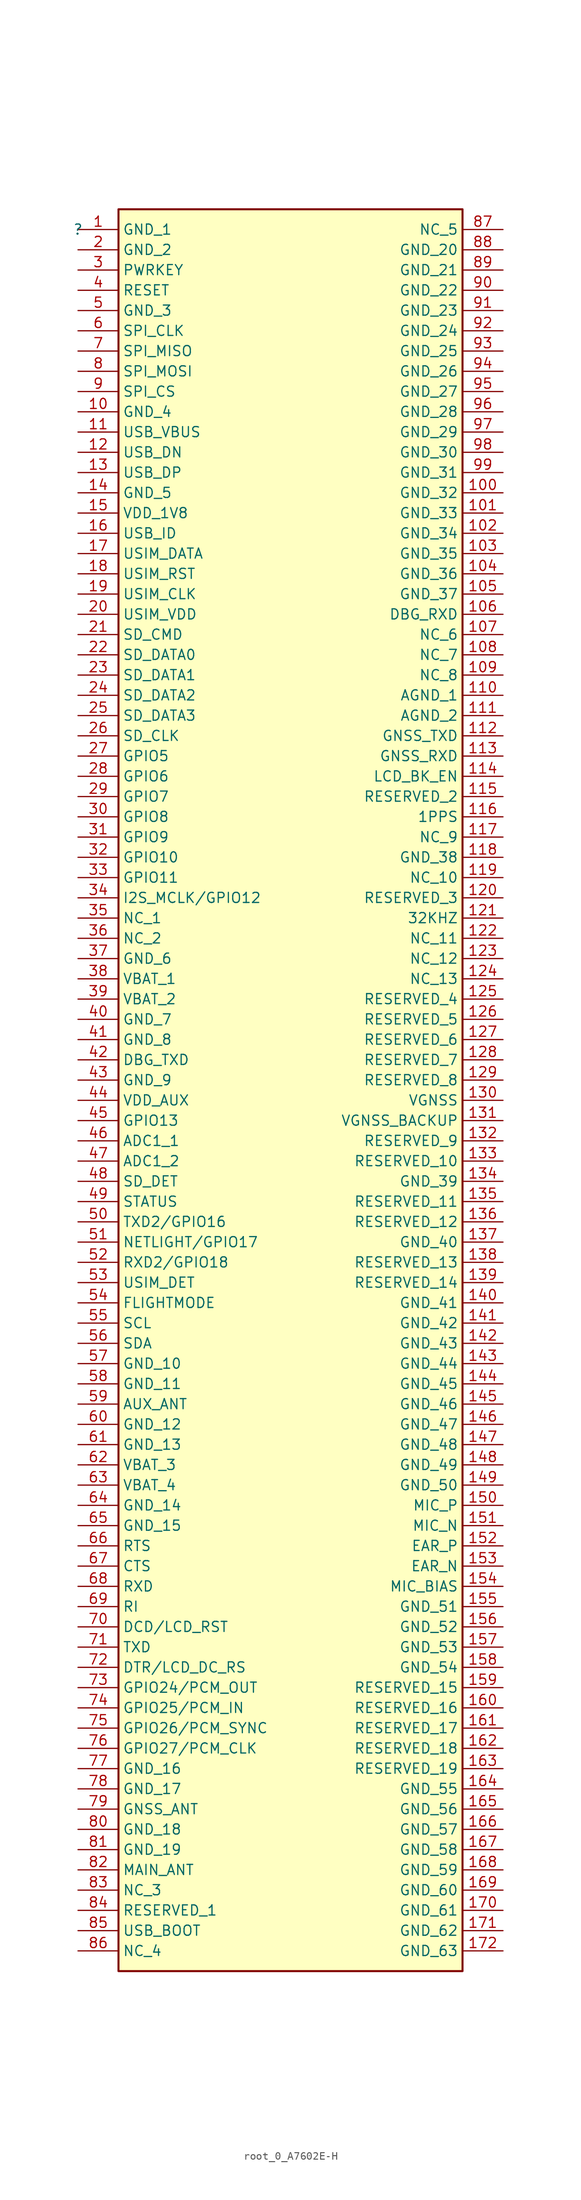
<source format=kicad_sym>
(kicad_symbol_lib
  (version 20230620)
  (generator kicad_symbol_editor)
  (symbol "root_0_A7602E-H"
    (property "Reference" ""
      (at 0 0 0)
      (effects (font (size 1.27 1.27))))
    (property "Value" ""
      (at 0 0 0)
      (effects (font (size 1.27 1.27))))
    (symbol "root_0_A7602E-H_1_0"
      (rectangle (start 48.26 2.54) (end 5.08 -218.44) (stroke (width 0.254) (type solid) (color 128 0 0 1)) (fill (type background)))
      (pin passive line (at 0 0 0) (length 5.08) (name "GND_1" (effects (font (size 1.27 1.27)))) (number "1" (effects (font (size 1.27 1.27)))))
      (pin passive line (at 0 -22.86 0) (length 5.08) (name "GND_4" (effects (font (size 1.27 1.27)))) (number "10" (effects (font (size 1.27 1.27)))))
      (pin passive line (at 53.34 -33.02 180) (length 5.08) (name "GND_32" (effects (font (size 1.27 1.27)))) (number "100" (effects (font (size 1.27 1.27)))))
      (pin passive line (at 53.34 -35.56 180) (length 5.08) (name "GND_33" (effects (font (size 1.27 1.27)))) (number "101" (effects (font (size 1.27 1.27)))))
      (pin passive line (at 53.34 -38.1 180) (length 5.08) (name "GND_34" (effects (font (size 1.27 1.27)))) (number "102" (effects (font (size 1.27 1.27)))))
      (pin passive line (at 53.34 -40.64 180) (length 5.08) (name "GND_35" (effects (font (size 1.27 1.27)))) (number "103" (effects (font (size 1.27 1.27)))))
      (pin passive line (at 53.34 -43.18 180) (length 5.08) (name "GND_36" (effects (font (size 1.27 1.27)))) (number "104" (effects (font (size 1.27 1.27)))))
      (pin passive line (at 53.34 -45.72 180) (length 5.08) (name "GND_37" (effects (font (size 1.27 1.27)))) (number "105" (effects (font (size 1.27 1.27)))))
      (pin passive line (at 53.34 -48.26 180) (length 5.08) (name "DBG_RXD" (effects (font (size 1.27 1.27)))) (number "106" (effects (font (size 1.27 1.27)))))
      (pin passive line (at 53.34 -50.8 180) (length 5.08) (name "NC_6" (effects (font (size 1.27 1.27)))) (number "107" (effects (font (size 1.27 1.27)))))
      (pin passive line (at 53.34 -53.34 180) (length 5.08) (name "NC_7" (effects (font (size 1.27 1.27)))) (number "108" (effects (font (size 1.27 1.27)))))
      (pin passive line (at 53.34 -55.88 180) (length 5.08) (name "NC_8" (effects (font (size 1.27 1.27)))) (number "109" (effects (font (size 1.27 1.27)))))
      (pin passive line (at 0 -25.4 0) (length 5.08) (name "USB_VBUS" (effects (font (size 1.27 1.27)))) (number "11" (effects (font (size 1.27 1.27)))))
      (pin passive line (at 53.34 -58.42 180) (length 5.08) (name "AGND_1" (effects (font (size 1.27 1.27)))) (number "110" (effects (font (size 1.27 1.27)))))
      (pin passive line (at 53.34 -60.96 180) (length 5.08) (name "AGND_2" (effects (font (size 1.27 1.27)))) (number "111" (effects (font (size 1.27 1.27)))))
      (pin passive line (at 53.34 -63.5 180) (length 5.08) (name "GNSS_TXD" (effects (font (size 1.27 1.27)))) (number "112" (effects (font (size 1.27 1.27)))))
      (pin passive line (at 53.34 -66.04 180) (length 5.08) (name "GNSS_RXD" (effects (font (size 1.27 1.27)))) (number "113" (effects (font (size 1.27 1.27)))))
      (pin passive line (at 53.34 -68.58 180) (length 5.08) (name "LCD_BK_EN" (effects (font (size 1.27 1.27)))) (number "114" (effects (font (size 1.27 1.27)))))
      (pin passive line (at 53.34 -71.12 180) (length 5.08) (name "RESERVED_2" (effects (font (size 1.27 1.27)))) (number "115" (effects (font (size 1.27 1.27)))))
      (pin passive line (at 53.34 -73.66 180) (length 5.08) (name "1PPS" (effects (font (size 1.27 1.27)))) (number "116" (effects (font (size 1.27 1.27)))))
      (pin passive line (at 53.34 -76.2 180) (length 5.08) (name "NC_9" (effects (font (size 1.27 1.27)))) (number "117" (effects (font (size 1.27 1.27)))))
      (pin passive line (at 53.34 -78.74 180) (length 5.08) (name "GND_38" (effects (font (size 1.27 1.27)))) (number "118" (effects (font (size 1.27 1.27)))))
      (pin passive line (at 53.34 -81.28 180) (length 5.08) (name "NC_10" (effects (font (size 1.27 1.27)))) (number "119" (effects (font (size 1.27 1.27)))))
      (pin passive line (at 0 -27.94 0) (length 5.08) (name "USB_DN" (effects (font (size 1.27 1.27)))) (number "12" (effects (font (size 1.27 1.27)))))
      (pin passive line (at 53.34 -83.82 180) (length 5.08) (name "RESERVED_3" (effects (font (size 1.27 1.27)))) (number "120" (effects (font (size 1.27 1.27)))))
      (pin passive line (at 53.34 -86.36 180) (length 5.08) (name "32KHZ" (effects (font (size 1.27 1.27)))) (number "121" (effects (font (size 1.27 1.27)))))
      (pin passive line (at 53.34 -88.9 180) (length 5.08) (name "NC_11" (effects (font (size 1.27 1.27)))) (number "122" (effects (font (size 1.27 1.27)))))
      (pin passive line (at 53.34 -91.44 180) (length 5.08) (name "NC_12" (effects (font (size 1.27 1.27)))) (number "123" (effects (font (size 1.27 1.27)))))
      (pin passive line (at 53.34 -93.98 180) (length 5.08) (name "NC_13" (effects (font (size 1.27 1.27)))) (number "124" (effects (font (size 1.27 1.27)))))
      (pin passive line (at 53.34 -96.52 180) (length 5.08) (name "RESERVED_4" (effects (font (size 1.27 1.27)))) (number "125" (effects (font (size 1.27 1.27)))))
      (pin passive line (at 53.34 -99.06 180) (length 5.08) (name "RESERVED_5" (effects (font (size 1.27 1.27)))) (number "126" (effects (font (size 1.27 1.27)))))
      (pin passive line (at 53.34 -101.6 180) (length 5.08) (name "RESERVED_6" (effects (font (size 1.27 1.27)))) (number "127" (effects (font (size 1.27 1.27)))))
      (pin passive line (at 53.34 -104.14 180) (length 5.08) (name "RESERVED_7" (effects (font (size 1.27 1.27)))) (number "128" (effects (font (size 1.27 1.27)))))
      (pin passive line (at 53.34 -106.68 180) (length 5.08) (name "RESERVED_8" (effects (font (size 1.27 1.27)))) (number "129" (effects (font (size 1.27 1.27)))))
      (pin passive line (at 0 -30.48 0) (length 5.08) (name "USB_DP" (effects (font (size 1.27 1.27)))) (number "13" (effects (font (size 1.27 1.27)))))
      (pin passive line (at 53.34 -109.22 180) (length 5.08) (name "VGNSS" (effects (font (size 1.27 1.27)))) (number "130" (effects (font (size 1.27 1.27)))))
      (pin passive line (at 53.34 -111.76 180) (length 5.08) (name "VGNSS_BACKUP" (effects (font (size 1.27 1.27)))) (number "131" (effects (font (size 1.27 1.27)))))
      (pin passive line (at 53.34 -114.3 180) (length 5.08) (name "RESERVED_9" (effects (font (size 1.27 1.27)))) (number "132" (effects (font (size 1.27 1.27)))))
      (pin passive line (at 53.34 -116.84 180) (length 5.08) (name "RESERVED_10" (effects (font (size 1.27 1.27)))) (number "133" (effects (font (size 1.27 1.27)))))
      (pin passive line (at 53.34 -119.38 180) (length 5.08) (name "GND_39" (effects (font (size 1.27 1.27)))) (number "134" (effects (font (size 1.27 1.27)))))
      (pin passive line (at 53.34 -121.92 180) (length 5.08) (name "RESERVED_11" (effects (font (size 1.27 1.27)))) (number "135" (effects (font (size 1.27 1.27)))))
      (pin passive line (at 53.34 -124.46 180) (length 5.08) (name "RESERVED_12" (effects (font (size 1.27 1.27)))) (number "136" (effects (font (size 1.27 1.27)))))
      (pin passive line (at 53.34 -127 180) (length 5.08) (name "GND_40" (effects (font (size 1.27 1.27)))) (number "137" (effects (font (size 1.27 1.27)))))
      (pin passive line (at 53.34 -129.54 180) (length 5.08) (name "RESERVED_13" (effects (font (size 1.27 1.27)))) (number "138" (effects (font (size 1.27 1.27)))))
      (pin passive line (at 53.34 -132.08 180) (length 5.08) (name "RESERVED_14" (effects (font (size 1.27 1.27)))) (number "139" (effects (font (size 1.27 1.27)))))
      (pin passive line (at 0 -33.02 0) (length 5.08) (name "GND_5" (effects (font (size 1.27 1.27)))) (number "14" (effects (font (size 1.27 1.27)))))
      (pin passive line (at 53.34 -134.62 180) (length 5.08) (name "GND_41" (effects (font (size 1.27 1.27)))) (number "140" (effects (font (size 1.27 1.27)))))
      (pin passive line (at 53.34 -137.16 180) (length 5.08) (name "GND_42" (effects (font (size 1.27 1.27)))) (number "141" (effects (font (size 1.27 1.27)))))
      (pin passive line (at 53.34 -139.7 180) (length 5.08) (name "GND_43" (effects (font (size 1.27 1.27)))) (number "142" (effects (font (size 1.27 1.27)))))
      (pin passive line (at 53.34 -142.24 180) (length 5.08) (name "GND_44" (effects (font (size 1.27 1.27)))) (number "143" (effects (font (size 1.27 1.27)))))
      (pin passive line (at 53.34 -144.78 180) (length 5.08) (name "GND_45" (effects (font (size 1.27 1.27)))) (number "144" (effects (font (size 1.27 1.27)))))
      (pin passive line (at 53.34 -147.32 180) (length 5.08) (name "GND_46" (effects (font (size 1.27 1.27)))) (number "145" (effects (font (size 1.27 1.27)))))
      (pin passive line (at 53.34 -149.86 180) (length 5.08) (name "GND_47" (effects (font (size 1.27 1.27)))) (number "146" (effects (font (size 1.27 1.27)))))
      (pin passive line (at 53.34 -152.4 180) (length 5.08) (name "GND_48" (effects (font (size 1.27 1.27)))) (number "147" (effects (font (size 1.27 1.27)))))
      (pin passive line (at 53.34 -154.94 180) (length 5.08) (name "GND_49" (effects (font (size 1.27 1.27)))) (number "148" (effects (font (size 1.27 1.27)))))
      (pin passive line (at 53.34 -157.48 180) (length 5.08) (name "GND_50" (effects (font (size 1.27 1.27)))) (number "149" (effects (font (size 1.27 1.27)))))
      (pin passive line (at 0 -35.56 0) (length 5.08) (name "VDD_1V8" (effects (font (size 1.27 1.27)))) (number "15" (effects (font (size 1.27 1.27)))))
      (pin passive line (at 53.34 -160.02 180) (length 5.08) (name "MIC_P" (effects (font (size 1.27 1.27)))) (number "150" (effects (font (size 1.27 1.27)))))
      (pin passive line (at 53.34 -162.56 180) (length 5.08) (name "MIC_N" (effects (font (size 1.27 1.27)))) (number "151" (effects (font (size 1.27 1.27)))))
      (pin passive line (at 53.34 -165.1 180) (length 5.08) (name "EAR_P" (effects (font (size 1.27 1.27)))) (number "152" (effects (font (size 1.27 1.27)))))
      (pin passive line (at 53.34 -167.64 180) (length 5.08) (name "EAR_N" (effects (font (size 1.27 1.27)))) (number "153" (effects (font (size 1.27 1.27)))))
      (pin passive line (at 53.34 -170.18 180) (length 5.08) (name "MIC_BIAS" (effects (font (size 1.27 1.27)))) (number "154" (effects (font (size 1.27 1.27)))))
      (pin passive line (at 53.34 -172.72 180) (length 5.08) (name "GND_51" (effects (font (size 1.27 1.27)))) (number "155" (effects (font (size 1.27 1.27)))))
      (pin passive line (at 53.34 -175.26 180) (length 5.08) (name "GND_52" (effects (font (size 1.27 1.27)))) (number "156" (effects (font (size 1.27 1.27)))))
      (pin passive line (at 53.34 -177.8 180) (length 5.08) (name "GND_53" (effects (font (size 1.27 1.27)))) (number "157" (effects (font (size 1.27 1.27)))))
      (pin passive line (at 53.34 -180.34 180) (length 5.08) (name "GND_54" (effects (font (size 1.27 1.27)))) (number "158" (effects (font (size 1.27 1.27)))))
      (pin passive line (at 53.34 -182.88 180) (length 5.08) (name "RESERVED_15" (effects (font (size 1.27 1.27)))) (number "159" (effects (font (size 1.27 1.27)))))
      (pin passive line (at 0 -38.1 0) (length 5.08) (name "USB_ID" (effects (font (size 1.27 1.27)))) (number "16" (effects (font (size 1.27 1.27)))))
      (pin passive line (at 53.34 -185.42 180) (length 5.08) (name "RESERVED_16" (effects (font (size 1.27 1.27)))) (number "160" (effects (font (size 1.27 1.27)))))
      (pin passive line (at 53.34 -187.96 180) (length 5.08) (name "RESERVED_17" (effects (font (size 1.27 1.27)))) (number "161" (effects (font (size 1.27 1.27)))))
      (pin passive line (at 53.34 -190.5 180) (length 5.08) (name "RESERVED_18" (effects (font (size 1.27 1.27)))) (number "162" (effects (font (size 1.27 1.27)))))
      (pin passive line (at 53.34 -193.04 180) (length 5.08) (name "RESERVED_19" (effects (font (size 1.27 1.27)))) (number "163" (effects (font (size 1.27 1.27)))))
      (pin passive line (at 53.34 -195.58 180) (length 5.08) (name "GND_55" (effects (font (size 1.27 1.27)))) (number "164" (effects (font (size 1.27 1.27)))))
      (pin passive line (at 53.34 -198.12 180) (length 5.08) (name "GND_56" (effects (font (size 1.27 1.27)))) (number "165" (effects (font (size 1.27 1.27)))))
      (pin passive line (at 53.34 -200.66 180) (length 5.08) (name "GND_57" (effects (font (size 1.27 1.27)))) (number "166" (effects (font (size 1.27 1.27)))))
      (pin passive line (at 53.34 -203.2 180) (length 5.08) (name "GND_58" (effects (font (size 1.27 1.27)))) (number "167" (effects (font (size 1.27 1.27)))))
      (pin passive line (at 53.34 -205.74 180) (length 5.08) (name "GND_59" (effects (font (size 1.27 1.27)))) (number "168" (effects (font (size 1.27 1.27)))))
      (pin passive line (at 53.34 -208.28 180) (length 5.08) (name "GND_60" (effects (font (size 1.27 1.27)))) (number "169" (effects (font (size 1.27 1.27)))))
      (pin passive line (at 0 -40.64 0) (length 5.08) (name "USIM_DATA" (effects (font (size 1.27 1.27)))) (number "17" (effects (font (size 1.27 1.27)))))
      (pin passive line (at 53.34 -210.82 180) (length 5.08) (name "GND_61" (effects (font (size 1.27 1.27)))) (number "170" (effects (font (size 1.27 1.27)))))
      (pin passive line (at 53.34 -213.36 180) (length 5.08) (name "GND_62" (effects (font (size 1.27 1.27)))) (number "171" (effects (font (size 1.27 1.27)))))
      (pin passive line (at 53.34 -215.9 180) (length 5.08) (name "GND_63" (effects (font (size 1.27 1.27)))) (number "172" (effects (font (size 1.27 1.27)))))
      (pin passive line (at 0 -43.18 0) (length 5.08) (name "USIM_RST" (effects (font (size 1.27 1.27)))) (number "18" (effects (font (size 1.27 1.27)))))
      (pin passive line (at 0 -45.72 0) (length 5.08) (name "USIM_CLK" (effects (font (size 1.27 1.27)))) (number "19" (effects (font (size 1.27 1.27)))))
      (pin passive line (at 0 -2.54 0) (length 5.08) (name "GND_2" (effects (font (size 1.27 1.27)))) (number "2" (effects (font (size 1.27 1.27)))))
      (pin passive line (at 0 -48.26 0) (length 5.08) (name "USIM_VDD" (effects (font (size 1.27 1.27)))) (number "20" (effects (font (size 1.27 1.27)))))
      (pin passive line (at 0 -50.8 0) (length 5.08) (name "SD_CMD" (effects (font (size 1.27 1.27)))) (number "21" (effects (font (size 1.27 1.27)))))
      (pin passive line (at 0 -53.34 0) (length 5.08) (name "SD_DATA0" (effects (font (size 1.27 1.27)))) (number "22" (effects (font (size 1.27 1.27)))))
      (pin passive line (at 0 -55.88 0) (length 5.08) (name "SD_DATA1" (effects (font (size 1.27 1.27)))) (number "23" (effects (font (size 1.27 1.27)))))
      (pin passive line (at 0 -58.42 0) (length 5.08) (name "SD_DATA2" (effects (font (size 1.27 1.27)))) (number "24" (effects (font (size 1.27 1.27)))))
      (pin passive line (at 0 -60.96 0) (length 5.08) (name "SD_DATA3" (effects (font (size 1.27 1.27)))) (number "25" (effects (font (size 1.27 1.27)))))
      (pin passive line (at 0 -63.5 0) (length 5.08) (name "SD_CLK" (effects (font (size 1.27 1.27)))) (number "26" (effects (font (size 1.27 1.27)))))
      (pin passive line (at 0 -66.04 0) (length 5.08) (name "GPIO5" (effects (font (size 1.27 1.27)))) (number "27" (effects (font (size 1.27 1.27)))))
      (pin passive line (at 0 -68.58 0) (length 5.08) (name "GPIO6" (effects (font (size 1.27 1.27)))) (number "28" (effects (font (size 1.27 1.27)))))
      (pin passive line (at 0 -71.12 0) (length 5.08) (name "GPIO7" (effects (font (size 1.27 1.27)))) (number "29" (effects (font (size 1.27 1.27)))))
      (pin passive line (at 0 -5.08 0) (length 5.08) (name "PWRKEY" (effects (font (size 1.27 1.27)))) (number "3" (effects (font (size 1.27 1.27)))))
      (pin passive line (at 0 -73.66 0) (length 5.08) (name "GPIO8" (effects (font (size 1.27 1.27)))) (number "30" (effects (font (size 1.27 1.27)))))
      (pin passive line (at 0 -76.2 0) (length 5.08) (name "GPIO9" (effects (font (size 1.27 1.27)))) (number "31" (effects (font (size 1.27 1.27)))))
      (pin passive line (at 0 -78.74 0) (length 5.08) (name "GPIO10" (effects (font (size 1.27 1.27)))) (number "32" (effects (font (size 1.27 1.27)))))
      (pin passive line (at 0 -81.28 0) (length 5.08) (name "GPIO11" (effects (font (size 1.27 1.27)))) (number "33" (effects (font (size 1.27 1.27)))))
      (pin passive line (at 0 -83.82 0) (length 5.08) (name "I2S_MCLK/GPIO12" (effects (font (size 1.27 1.27)))) (number "34" (effects (font (size 1.27 1.27)))))
      (pin passive line (at 0 -86.36 0) (length 5.08) (name "NC_1" (effects (font (size 1.27 1.27)))) (number "35" (effects (font (size 1.27 1.27)))))
      (pin passive line (at 0 -88.9 0) (length 5.08) (name "NC_2" (effects (font (size 1.27 1.27)))) (number "36" (effects (font (size 1.27 1.27)))))
      (pin passive line (at 0 -91.44 0) (length 5.08) (name "GND_6" (effects (font (size 1.27 1.27)))) (number "37" (effects (font (size 1.27 1.27)))))
      (pin passive line (at 0 -93.98 0) (length 5.08) (name "VBAT_1" (effects (font (size 1.27 1.27)))) (number "38" (effects (font (size 1.27 1.27)))))
      (pin passive line (at 0 -96.52 0) (length 5.08) (name "VBAT_2" (effects (font (size 1.27 1.27)))) (number "39" (effects (font (size 1.27 1.27)))))
      (pin passive line (at 0 -7.62 0) (length 5.08) (name "RESET" (effects (font (size 1.27 1.27)))) (number "4" (effects (font (size 1.27 1.27)))))
      (pin passive line (at 0 -99.06 0) (length 5.08) (name "GND_7" (effects (font (size 1.27 1.27)))) (number "40" (effects (font (size 1.27 1.27)))))
      (pin passive line (at 0 -101.6 0) (length 5.08) (name "GND_8" (effects (font (size 1.27 1.27)))) (number "41" (effects (font (size 1.27 1.27)))))
      (pin passive line (at 0 -104.14 0) (length 5.08) (name "DBG_TXD" (effects (font (size 1.27 1.27)))) (number "42" (effects (font (size 1.27 1.27)))))
      (pin passive line (at 0 -106.68 0) (length 5.08) (name "GND_9" (effects (font (size 1.27 1.27)))) (number "43" (effects (font (size 1.27 1.27)))))
      (pin passive line (at 0 -109.22 0) (length 5.08) (name "VDD_AUX" (effects (font (size 1.27 1.27)))) (number "44" (effects (font (size 1.27 1.27)))))
      (pin passive line (at 0 -111.76 0) (length 5.08) (name "GPIO13" (effects (font (size 1.27 1.27)))) (number "45" (effects (font (size 1.27 1.27)))))
      (pin passive line (at 0 -114.3 0) (length 5.08) (name "ADC1_1" (effects (font (size 1.27 1.27)))) (number "46" (effects (font (size 1.27 1.27)))))
      (pin passive line (at 0 -116.84 0) (length 5.08) (name "ADC1_2" (effects (font (size 1.27 1.27)))) (number "47" (effects (font (size 1.27 1.27)))))
      (pin passive line (at 0 -119.38 0) (length 5.08) (name "SD_DET" (effects (font (size 1.27 1.27)))) (number "48" (effects (font (size 1.27 1.27)))))
      (pin passive line (at 0 -121.92 0) (length 5.08) (name "STATUS" (effects (font (size 1.27 1.27)))) (number "49" (effects (font (size 1.27 1.27)))))
      (pin passive line (at 0 -10.16 0) (length 5.08) (name "GND_3" (effects (font (size 1.27 1.27)))) (number "5" (effects (font (size 1.27 1.27)))))
      (pin passive line (at 0 -124.46 0) (length 5.08) (name "TXD2/GPIO16" (effects (font (size 1.27 1.27)))) (number "50" (effects (font (size 1.27 1.27)))))
      (pin passive line (at 0 -127 0) (length 5.08) (name "NETLIGHT/GPIO17" (effects (font (size 1.27 1.27)))) (number "51" (effects (font (size 1.27 1.27)))))
      (pin passive line (at 0 -129.54 0) (length 5.08) (name "RXD2/GPIO18" (effects (font (size 1.27 1.27)))) (number "52" (effects (font (size 1.27 1.27)))))
      (pin passive line (at 0 -132.08 0) (length 5.08) (name "USIM_DET" (effects (font (size 1.27 1.27)))) (number "53" (effects (font (size 1.27 1.27)))))
      (pin passive line (at 0 -134.62 0) (length 5.08) (name "FLIGHTMODE" (effects (font (size 1.27 1.27)))) (number "54" (effects (font (size 1.27 1.27)))))
      (pin passive line (at 0 -137.16 0) (length 5.08) (name "SCL" (effects (font (size 1.27 1.27)))) (number "55" (effects (font (size 1.27 1.27)))))
      (pin passive line (at 0 -139.7 0) (length 5.08) (name "SDA" (effects (font (size 1.27 1.27)))) (number "56" (effects (font (size 1.27 1.27)))))
      (pin passive line (at 0 -142.24 0) (length 5.08) (name "GND_10" (effects (font (size 1.27 1.27)))) (number "57" (effects (font (size 1.27 1.27)))))
      (pin passive line (at 0 -144.78 0) (length 5.08) (name "GND_11" (effects (font (size 1.27 1.27)))) (number "58" (effects (font (size 1.27 1.27)))))
      (pin passive line (at 0 -147.32 0) (length 5.08) (name "AUX_ANT" (effects (font (size 1.27 1.27)))) (number "59" (effects (font (size 1.27 1.27)))))
      (pin passive line (at 0 -12.7 0) (length 5.08) (name "SPI_CLK" (effects (font (size 1.27 1.27)))) (number "6" (effects (font (size 1.27 1.27)))))
      (pin passive line (at 0 -149.86 0) (length 5.08) (name "GND_12" (effects (font (size 1.27 1.27)))) (number "60" (effects (font (size 1.27 1.27)))))
      (pin passive line (at 0 -152.4 0) (length 5.08) (name "GND_13" (effects (font (size 1.27 1.27)))) (number "61" (effects (font (size 1.27 1.27)))))
      (pin passive line (at 0 -154.94 0) (length 5.08) (name "VBAT_3" (effects (font (size 1.27 1.27)))) (number "62" (effects (font (size 1.27 1.27)))))
      (pin passive line (at 0 -157.48 0) (length 5.08) (name "VBAT_4" (effects (font (size 1.27 1.27)))) (number "63" (effects (font (size 1.27 1.27)))))
      (pin passive line (at 0 -160.02 0) (length 5.08) (name "GND_14" (effects (font (size 1.27 1.27)))) (number "64" (effects (font (size 1.27 1.27)))))
      (pin passive line (at 0 -162.56 0) (length 5.08) (name "GND_15" (effects (font (size 1.27 1.27)))) (number "65" (effects (font (size 1.27 1.27)))))
      (pin passive line (at 0 -165.1 0) (length 5.08) (name "RTS" (effects (font (size 1.27 1.27)))) (number "66" (effects (font (size 1.27 1.27)))))
      (pin passive line (at 0 -167.64 0) (length 5.08) (name "CTS" (effects (font (size 1.27 1.27)))) (number "67" (effects (font (size 1.27 1.27)))))
      (pin passive line (at 0 -170.18 0) (length 5.08) (name "RXD" (effects (font (size 1.27 1.27)))) (number "68" (effects (font (size 1.27 1.27)))))
      (pin passive line (at 0 -172.72 0) (length 5.08) (name "RI" (effects (font (size 1.27 1.27)))) (number "69" (effects (font (size 1.27 1.27)))))
      (pin passive line (at 0 -15.24 0) (length 5.08) (name "SPI_MISO" (effects (font (size 1.27 1.27)))) (number "7" (effects (font (size 1.27 1.27)))))
      (pin passive line (at 0 -175.26 0) (length 5.08) (name "DCD/LCD_RST" (effects (font (size 1.27 1.27)))) (number "70" (effects (font (size 1.27 1.27)))))
      (pin passive line (at 0 -177.8 0) (length 5.08) (name "TXD" (effects (font (size 1.27 1.27)))) (number "71" (effects (font (size 1.27 1.27)))))
      (pin passive line (at 0 -180.34 0) (length 5.08) (name "DTR/LCD_DC_RS" (effects (font (size 1.27 1.27)))) (number "72" (effects (font (size 1.27 1.27)))))
      (pin passive line (at 0 -182.88 0) (length 5.08) (name "GPIO24/PCM_OUT" (effects (font (size 1.27 1.27)))) (number "73" (effects (font (size 1.27 1.27)))))
      (pin passive line (at 0 -185.42 0) (length 5.08) (name "GPIO25/PCM_IN" (effects (font (size 1.27 1.27)))) (number "74" (effects (font (size 1.27 1.27)))))
      (pin passive line (at 0 -187.96 0) (length 5.08) (name "GPIO26/PCM_SYNC" (effects (font (size 1.27 1.27)))) (number "75" (effects (font (size 1.27 1.27)))))
      (pin passive line (at 0 -190.5 0) (length 5.08) (name "GPIO27/PCM_CLK" (effects (font (size 1.27 1.27)))) (number "76" (effects (font (size 1.27 1.27)))))
      (pin passive line (at 0 -193.04 0) (length 5.08) (name "GND_16" (effects (font (size 1.27 1.27)))) (number "77" (effects (font (size 1.27 1.27)))))
      (pin passive line (at 0 -195.58 0) (length 5.08) (name "GND_17" (effects (font (size 1.27 1.27)))) (number "78" (effects (font (size 1.27 1.27)))))
      (pin passive line (at 0 -198.12 0) (length 5.08) (name "GNSS_ANT" (effects (font (size 1.27 1.27)))) (number "79" (effects (font (size 1.27 1.27)))))
      (pin passive line (at 0 -17.78 0) (length 5.08) (name "SPI_MOSI" (effects (font (size 1.27 1.27)))) (number "8" (effects (font (size 1.27 1.27)))))
      (pin passive line (at 0 -200.66 0) (length 5.08) (name "GND_18" (effects (font (size 1.27 1.27)))) (number "80" (effects (font (size 1.27 1.27)))))
      (pin passive line (at 0 -203.2 0) (length 5.08) (name "GND_19" (effects (font (size 1.27 1.27)))) (number "81" (effects (font (size 1.27 1.27)))))
      (pin passive line (at 0 -205.74 0) (length 5.08) (name "MAIN_ANT" (effects (font (size 1.27 1.27)))) (number "82" (effects (font (size 1.27 1.27)))))
      (pin passive line (at 0 -208.28 0) (length 5.08) (name "NC_3" (effects (font (size 1.27 1.27)))) (number "83" (effects (font (size 1.27 1.27)))))
      (pin passive line (at 0 -210.82 0) (length 5.08) (name "RESERVED_1" (effects (font (size 1.27 1.27)))) (number "84" (effects (font (size 1.27 1.27)))))
      (pin passive line (at 0 -213.36 0) (length 5.08) (name "USB_BOOT" (effects (font (size 1.27 1.27)))) (number "85" (effects (font (size 1.27 1.27)))))
      (pin passive line (at 0 -215.9 0) (length 5.08) (name "NC_4" (effects (font (size 1.27 1.27)))) (number "86" (effects (font (size 1.27 1.27)))))
      (pin passive line (at 53.34 0 180) (length 5.08) (name "NC_5" (effects (font (size 1.27 1.27)))) (number "87" (effects (font (size 1.27 1.27)))))
      (pin passive line (at 53.34 -2.54 180) (length 5.08) (name "GND_20" (effects (font (size 1.27 1.27)))) (number "88" (effects (font (size 1.27 1.27)))))
      (pin passive line (at 53.34 -5.08 180) (length 5.08) (name "GND_21" (effects (font (size 1.27 1.27)))) (number "89" (effects (font (size 1.27 1.27)))))
      (pin passive line (at 0 -20.32 0) (length 5.08) (name "SPI_CS" (effects (font (size 1.27 1.27)))) (number "9" (effects (font (size 1.27 1.27)))))
      (pin passive line (at 53.34 -7.62 180) (length 5.08) (name "GND_22" (effects (font (size 1.27 1.27)))) (number "90" (effects (font (size 1.27 1.27)))))
      (pin passive line (at 53.34 -10.16 180) (length 5.08) (name "GND_23" (effects (font (size 1.27 1.27)))) (number "91" (effects (font (size 1.27 1.27)))))
      (pin passive line (at 53.34 -12.7 180) (length 5.08) (name "GND_24" (effects (font (size 1.27 1.27)))) (number "92" (effects (font (size 1.27 1.27)))))
      (pin passive line (at 53.34 -15.24 180) (length 5.08) (name "GND_25" (effects (font (size 1.27 1.27)))) (number "93" (effects (font (size 1.27 1.27)))))
      (pin passive line (at 53.34 -17.78 180) (length 5.08) (name "GND_26" (effects (font (size 1.27 1.27)))) (number "94" (effects (font (size 1.27 1.27)))))
      (pin passive line (at 53.34 -20.32 180) (length 5.08) (name "GND_27" (effects (font (size 1.27 1.27)))) (number "95" (effects (font (size 1.27 1.27)))))
      (pin passive line (at 53.34 -22.86 180) (length 5.08) (name "GND_28" (effects (font (size 1.27 1.27)))) (number "96" (effects (font (size 1.27 1.27)))))
      (pin passive line (at 53.34 -25.4 180) (length 5.08) (name "GND_29" (effects (font (size 1.27 1.27)))) (number "97" (effects (font (size 1.27 1.27)))))
      (pin passive line (at 53.34 -27.94 180) (length 5.08) (name "GND_30" (effects (font (size 1.27 1.27)))) (number "98" (effects (font (size 1.27 1.27)))))
      (pin passive line (at 53.34 -30.48 180) (length 5.08) (name "GND_31" (effects (font (size 1.27 1.27)))) (number "99" (effects (font (size 1.27 1.27))))))))
</source>
